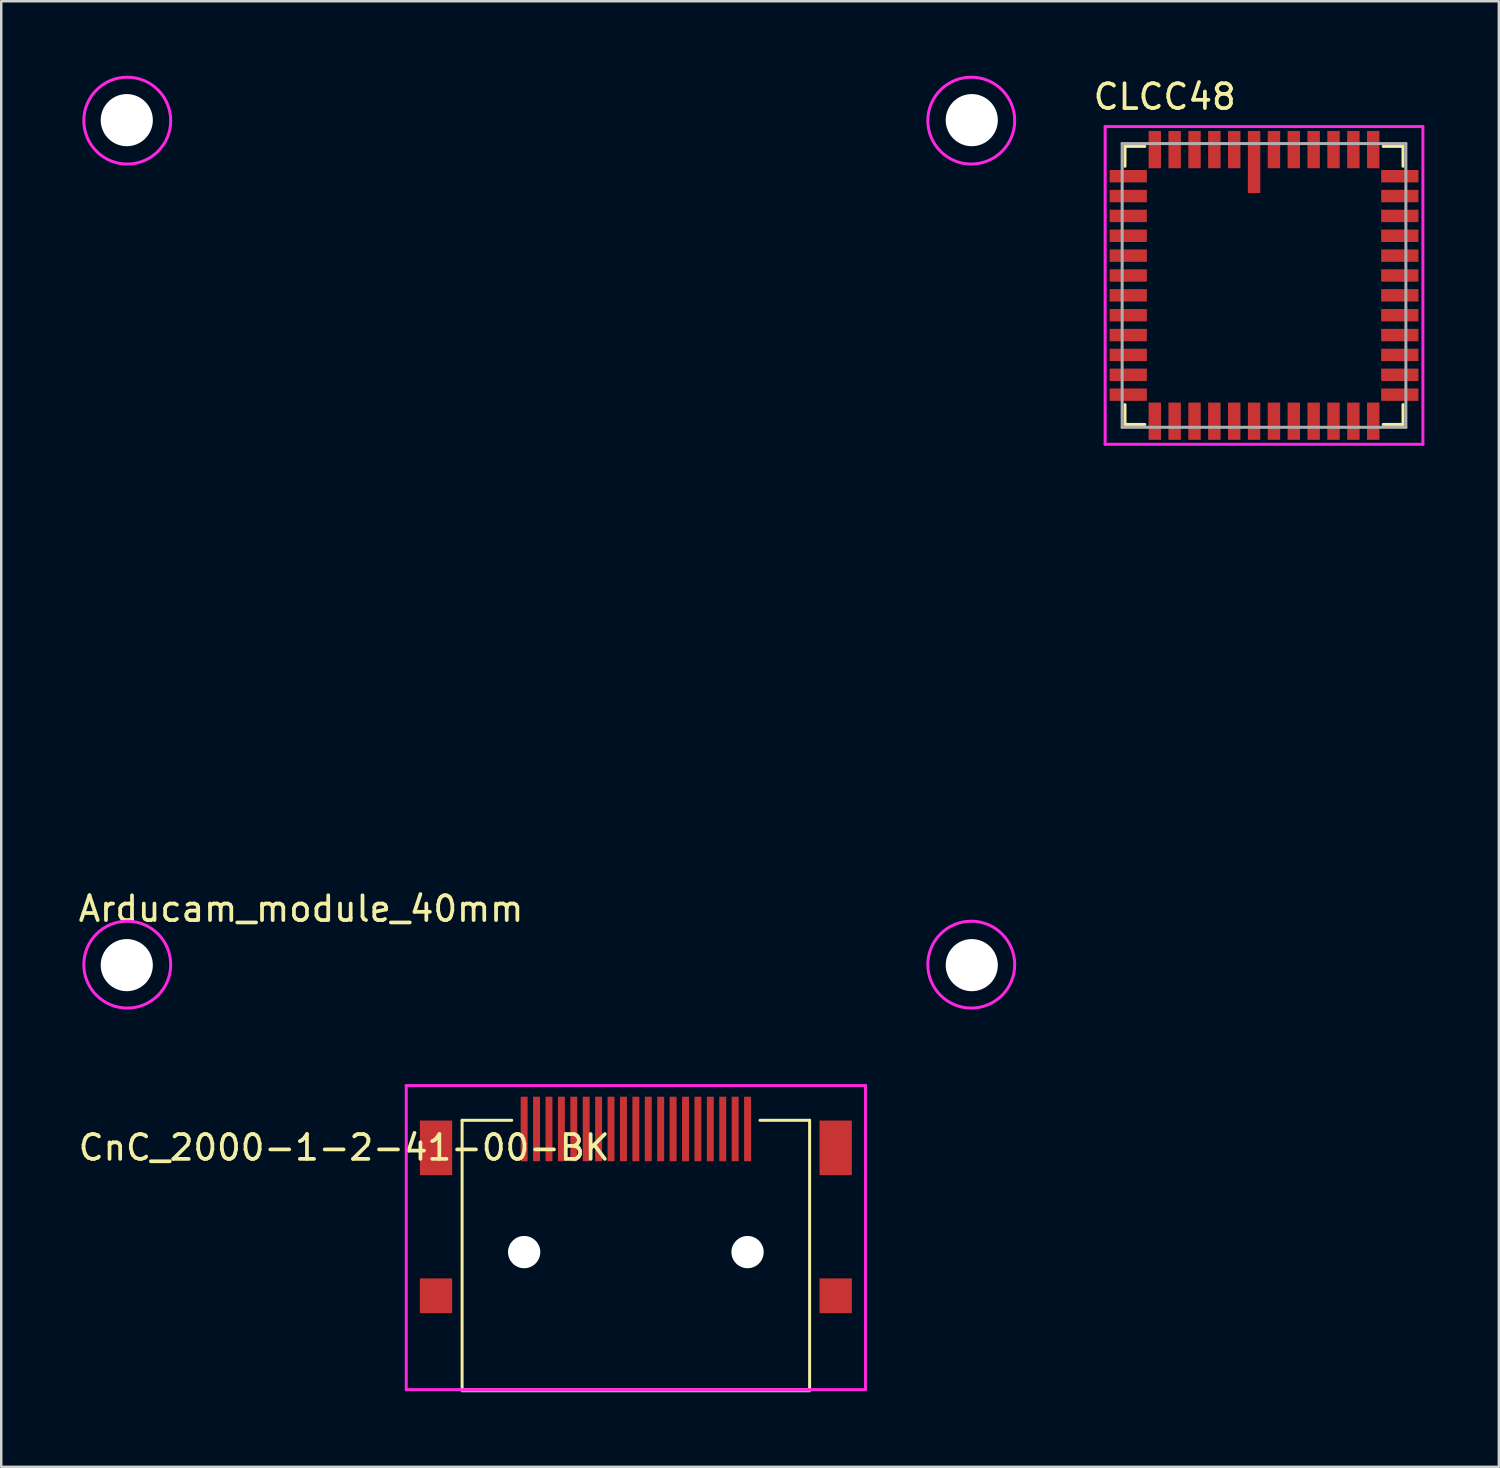
<source format=kicad_pcb>
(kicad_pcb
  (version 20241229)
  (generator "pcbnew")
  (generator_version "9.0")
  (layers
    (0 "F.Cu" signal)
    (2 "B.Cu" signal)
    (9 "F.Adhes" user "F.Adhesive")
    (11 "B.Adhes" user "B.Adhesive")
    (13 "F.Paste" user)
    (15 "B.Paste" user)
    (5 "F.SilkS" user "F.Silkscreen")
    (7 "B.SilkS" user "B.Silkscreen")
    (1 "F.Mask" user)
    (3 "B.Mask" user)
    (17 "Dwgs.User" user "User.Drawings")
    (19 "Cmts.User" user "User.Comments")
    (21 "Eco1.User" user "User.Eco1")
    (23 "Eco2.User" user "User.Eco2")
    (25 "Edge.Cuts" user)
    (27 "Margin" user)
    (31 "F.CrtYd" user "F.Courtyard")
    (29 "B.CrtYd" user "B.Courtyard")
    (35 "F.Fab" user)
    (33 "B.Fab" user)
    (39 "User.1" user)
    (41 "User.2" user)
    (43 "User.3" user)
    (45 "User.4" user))
  (footprint "Arducam_module_40mm"
    (layer "F.Cu")
    (at 19.077 18.81)
    (property "Reference" "Arducam_module_40mm" (at -10 14.75 0) (layer "F.SilkS") (effects (font (size 1 1) (thickness 0.15))))
    (attr through_hole)
    (fp_circle (center -17 -17) (end -15.25 -17) (stroke (width 0.12) (type solid)) (fill no) (layer "F.CrtYd"))
    (fp_circle (center -17 17) (end -15.25 17) (stroke (width 0.12) (type solid)) (fill no) (layer "F.CrtYd"))
    (fp_circle (center 17 -17) (end 18.75 -17) (stroke (width 0.12) (type solid)) (fill no) (layer "F.CrtYd"))
    (fp_circle (center 17 17) (end 18.75 17) (stroke (width 0.12) (type solid)) (fill no) (layer "F.CrtYd"))
    (pad "" np_thru_hole circle (at -17.02 -17.02) (size 2.1 2.1) (drill 2.1) (layers "*.Cu" "*.Mask"))
    (pad "" np_thru_hole circle (at -17.02 17.02) (size 2.1 2.1) (drill 2.1) (layers "*.Cu" "*.Mask"))
    (pad "" np_thru_hole circle (at 17.02 -17.02) (size 2.1 2.1) (drill 2.1) (layers "*.Cu" "*.Mask"))
    (pad "" np_thru_hole circle (at 17.02 17.02) (size 2.1 2.1) (drill 2.1) (layers "*.Cu" "*.Mask")))
  (footprint "CLCC48"
    (layer "F.Cu")
    (at 47.87 8.448)
    (property "Reference" "CLCC48" (at -4 -7.6 0) (layer "F.SilkS") (effects (font (size 1 1) (thickness 0.15))))
    (attr smd)
    (fp_line (start -5.6 -5.6) (end -5.6 -4.8) (stroke (width 0.12) (type solid)) (layer "F.SilkS"))
    (fp_line (start -5.6 -5.6) (end -4.8 -5.6) (stroke (width 0.12) (type solid)) (layer "F.SilkS"))
    (fp_line (start -5.6 5.6) (end -5.6 4.8) (stroke (width 0.12) (type solid)) (layer "F.SilkS"))
    (fp_line (start -4.8 5.6) (end -5.6 5.6) (stroke (width 0.12) (type solid)) (layer "F.SilkS"))
    (fp_line (start 4.8 -5.6) (end 5.6 -5.6) (stroke (width 0.12) (type solid)) (layer "F.SilkS"))
    (fp_line (start 5.6 -5.6) (end 5.6 -4.8) (stroke (width 0.12) (type solid)) (layer "F.SilkS"))
    (fp_line (start 5.6 4.8) (end 5.6 5.6) (stroke (width 0.12) (type solid)) (layer "F.SilkS"))
    (fp_line (start 5.6 5.6) (end 4.8 5.6) (stroke (width 0.12) (type solid)) (layer "F.SilkS"))
    (fp_line (start -6.4 -6.4) (end 6.4 -6.4) (stroke (width 0.12) (type solid)) (layer "F.CrtYd"))
    (fp_line (start -6.4 6.4) (end -6.4 -6.4) (stroke (width 0.12) (type solid)) (layer "F.CrtYd"))
    (fp_line (start 6.4 -6.4) (end 6.4 6.4) (stroke (width 0.12) (type solid)) (layer "F.CrtYd"))
    (fp_line (start 6.4 6.4) (end -6.4 6.4) (stroke (width 0.12) (type solid)) (layer "F.CrtYd"))
    (fp_line (start -5.715 5.715) (end -5.715 -5.715) (stroke (width 0.12) (type solid)) (layer "F.Fab"))
    (fp_line (start -5.715 5.715) (end 5.715 5.715) (stroke (width 0.12) (type solid)) (layer "F.Fab"))
    (fp_line (start 5.715 -5.715) (end -5.715 -5.715) (stroke (width 0.12) (type solid)) (layer "F.Fab"))
    (fp_line (start 5.715 -5.715) (end 5.715 5.715) (stroke (width 0.12) (type solid)) (layer "F.Fab"))
    (pad "1" smd rect (at -0.4 -4.97) (size 0.5 2.5) (layers "F.Cu" "F.Mask" "F.Paste"))
    (pad "2" smd rect (at -1.2 -5.47) (size 0.5 1.5) (layers "F.Cu" "F.Mask" "F.Paste"))
    (pad "3" smd rect (at -2 -5.47) (size 0.5 1.5) (layers "F.Cu" "F.Mask" "F.Paste"))
    (pad "4" smd rect (at -2.8 -5.47) (size 0.5 1.5) (layers "F.Cu" "F.Mask" "F.Paste"))
    (pad "5" smd rect (at -3.6 -5.47) (size 0.5 1.5) (layers "F.Cu" "F.Mask" "F.Paste"))
    (pad "6" smd rect (at -4.4 -5.47) (size 0.5 1.5) (layers "F.Cu" "F.Mask" "F.Paste"))
    (pad "7" smd rect (at -5.47 -4.4 90) (size 0.5 1.5) (layers "F.Cu" "F.Mask" "F.Paste"))
    (pad "8" smd rect (at -5.47 -3.6 90) (size 0.5 1.5) (layers "F.Cu" "F.Mask" "F.Paste"))
    (pad "9" smd rect (at -5.47 -2.8 90) (size 0.5 1.5) (layers "F.Cu" "F.Mask" "F.Paste"))
    (pad "10" smd rect (at -5.47 -2 90) (size 0.5 1.5) (layers "F.Cu" "F.Mask" "F.Paste"))
    (pad "11" smd rect (at -5.47 -1.2 90) (size 0.5 1.5) (layers "F.Cu" "F.Mask" "F.Paste"))
    (pad "12" smd rect (at -5.47 -0.4 90) (size 0.5 1.5) (layers "F.Cu" "F.Mask" "F.Paste"))
    (pad "13" smd rect (at -5.47 0.4 90) (size 0.5 1.5) (layers "F.Cu" "F.Mask" "F.Paste"))
    (pad "14" smd rect (at -5.47 1.2 90) (size 0.5 1.5) (layers "F.Cu" "F.Mask" "F.Paste"))
    (pad "15" smd rect (at -5.47 2 90) (size 0.5 1.5) (layers "F.Cu" "F.Mask" "F.Paste"))
    (pad "16" smd rect (at -5.47 2.8 90) (size 0.5 1.5) (layers "F.Cu" "F.Mask" "F.Paste"))
    (pad "17" smd rect (at -5.47 3.6 90) (size 0.5 1.5) (layers "F.Cu" "F.Mask" "F.Paste"))
    (pad "18" smd rect (at -5.47 4.4 90) (size 0.5 1.5) (layers "F.Cu" "F.Mask" "F.Paste"))
    (pad "19" smd rect (at -4.4 5.47) (size 0.5 1.5) (layers "F.Cu" "F.Mask" "F.Paste"))
    (pad "20" smd rect (at -3.6 5.47) (size 0.5 1.5) (layers "F.Cu" "F.Mask" "F.Paste"))
    (pad "21" smd rect (at -2.8 5.47) (size 0.5 1.5) (layers "F.Cu" "F.Mask" "F.Paste"))
    (pad "22" smd rect (at -2 5.47) (size 0.5 1.5) (layers "F.Cu" "F.Mask" "F.Paste"))
    (pad "23" smd rect (at -1.2 5.47) (size 0.5 1.5) (layers "F.Cu" "F.Mask" "F.Paste"))
    (pad "24" smd rect (at -0.4 5.47) (size 0.5 1.5) (layers "F.Cu" "F.Mask" "F.Paste"))
    (pad "25" smd rect (at 0.4 5.47) (size 0.5 1.5) (layers "F.Cu" "F.Mask" "F.Paste"))
    (pad "26" smd rect (at 1.2 5.47) (size 0.5 1.5) (layers "F.Cu" "F.Mask" "F.Paste"))
    (pad "27" smd rect (at 2 5.47) (size 0.5 1.5) (layers "F.Cu" "F.Mask" "F.Paste"))
    (pad "28" smd rect (at 2.8 5.47) (size 0.5 1.5) (layers "F.Cu" "F.Mask" "F.Paste"))
    (pad "29" smd rect (at 3.6 5.47) (size 0.5 1.5) (layers "F.Cu" "F.Mask" "F.Paste"))
    (pad "30" smd rect (at 4.4 5.47) (size 0.5 1.5) (layers "F.Cu" "F.Mask" "F.Paste"))
    (pad "31" smd rect (at 5.47 4.4 90) (size 0.5 1.5) (layers "F.Cu" "F.Mask" "F.Paste"))
    (pad "32" smd rect (at 5.47 3.6 90) (size 0.5 1.5) (layers "F.Cu" "F.Mask" "F.Paste"))
    (pad "33" smd rect (at 5.47 2.8 90) (size 0.5 1.5) (layers "F.Cu" "F.Mask" "F.Paste"))
    (pad "34" smd rect (at 5.47 2 90) (size 0.5 1.5) (layers "F.Cu" "F.Mask" "F.Paste"))
    (pad "35" smd rect (at 5.47 1.2 90) (size 0.5 1.5) (layers "F.Cu" "F.Mask" "F.Paste"))
    (pad "36" smd rect (at 5.47 0.4 90) (size 0.5 1.5) (layers "F.Cu" "F.Mask" "F.Paste"))
    (pad "37" smd rect (at 5.47 -0.4 90) (size 0.5 1.5) (layers "F.Cu" "F.Mask" "F.Paste"))
    (pad "38" smd rect (at 5.47 -1.2 90) (size 0.5 1.5) (layers "F.Cu" "F.Mask" "F.Paste"))
    (pad "39" smd rect (at 5.47 -2 90) (size 0.5 1.5) (layers "F.Cu" "F.Mask" "F.Paste"))
    (pad "40" smd rect (at 5.47 -2.8 90) (size 0.5 1.5) (layers "F.Cu" "F.Mask" "F.Paste"))
    (pad "41" smd rect (at 5.47 -3.6 90) (size 0.5 1.5) (layers "F.Cu" "F.Mask" "F.Paste"))
    (pad "42" smd rect (at 5.47 -4.4 90) (size 0.5 1.5) (layers "F.Cu" "F.Mask" "F.Paste"))
    (pad "43" smd rect (at 4.4 -5.47) (size 0.5 1.5) (layers "F.Cu" "F.Mask" "F.Paste"))
    (pad "44" smd rect (at 3.6 -5.47) (size 0.5 1.5) (layers "F.Cu" "F.Mask" "F.Paste"))
    (pad "45" smd rect (at 2.8 -5.47) (size 0.5 1.5) (layers "F.Cu" "F.Mask" "F.Paste"))
    (pad "46" smd rect (at 2 -5.47) (size 0.5 1.5) (layers "F.Cu" "F.Mask" "F.Paste"))
    (pad "47" smd rect (at 1.2 -5.47) (size 0.5 1.5) (layers "F.Cu" "F.Mask" "F.Paste"))
    (pad "48" smd rect (at 0.4 -5.47) (size 0.5 1.5) (layers "F.Cu" "F.Mask" "F.Paste")))
  (footprint "CnC_2000-1-2-41-00-BK"
    (layer "F.Cu")
    (at 22.565 42.43)
    (property "Reference" "CnC_2000-1-2-41-00-BK" (at -11.75 0.75 0) (layer "F.SilkS") (effects (font (size 1 1) (thickness 0.15))))
    (attr through_hole)
    (fp_line (start -7 -0.35) (end -7 10.5) (stroke (width 0.12) (type solid)) (layer "F.SilkS"))
    (fp_line (start -7 -0.35) (end -5 -0.35) (stroke (width 0.12) (type solid)) (layer "F.SilkS"))
    (fp_line (start 5 -0.35) (end 7 -0.35) (stroke (width 0.12) (type solid)) (layer "F.SilkS"))
    (fp_line (start 7 -0.35) (end 7 10.5) (stroke (width 0.12) (type solid)) (layer "F.SilkS"))
    (fp_line (start 7 10.5) (end -7 10.5) (stroke (width 0.12) (type solid)) (layer "F.SilkS"))
    (fp_line (start -9.25 -1.75) (end 9.25 -1.75) (stroke (width 0.12) (type solid)) (layer "F.CrtYd"))
    (fp_line (start -9.25 10.5) (end -9.25 -1.75) (stroke (width 0.12) (type solid)) (layer "F.CrtYd"))
    (fp_line (start 9.25 -1.75) (end 9.25 10.5) (stroke (width 0.12) (type solid)) (layer "F.CrtYd"))
    (fp_line (start 9.25 10.5) (end -9.25 10.5) (stroke (width 0.12) (type solid)) (layer "F.CrtYd"))
    (fp_line (start -7 10.55) (end 7 10.55) (stroke (width 0.12) (type solid)) (layer "F.Fab"))
    (pad "" np_thru_hole circle (at -4.5 4.96) (size 1.3 1.3) (drill 1.3) (layers "*.Cu" "*.Mask"))
    (pad "" np_thru_hole circle (at 4.5 4.96) (size 1.3 1.3) (drill 1.3) (layers "*.Cu" "*.Mask"))
    (pad "1" smd rect (at 4.5 0) (size 0.28 2.6) (layers "F.Cu" "F.Mask" "F.Paste"))
    (pad "2" smd rect (at 4 0) (size 0.28 2.6) (layers "F.Cu" "F.Mask" "F.Paste"))
    (pad "3" smd rect (at 3.5 0) (size 0.28 2.6) (layers "F.Cu" "F.Mask" "F.Paste"))
    (pad "4" smd rect (at 3 0) (size 0.28 2.6) (layers "F.Cu" "F.Mask" "F.Paste"))
    (pad "5" smd rect (at 2.5 0) (size 0.28 2.6) (layers "F.Cu" "F.Mask" "F.Paste"))
    (pad "6" smd rect (at 2 0) (size 0.28 2.6) (layers "F.Cu" "F.Mask" "F.Paste"))
    (pad "7" smd rect (at 1.5 0) (size 0.28 2.6) (layers "F.Cu" "F.Mask" "F.Paste"))
    (pad "8" smd rect (at 1 0) (size 0.28 2.6) (layers "F.Cu" "F.Mask" "F.Paste"))
    (pad "9" smd rect (at 0.5 0) (size 0.28 2.6) (layers "F.Cu" "F.Mask" "F.Paste"))
    (pad "10" smd rect (at 0 0) (size 0.28 2.6) (layers "F.Cu" "F.Mask" "F.Paste"))
    (pad "11" smd rect (at -0.5 0) (size 0.28 2.6) (layers "F.Cu" "F.Mask" "F.Paste"))
    (pad "12" smd rect (at -1 0) (size 0.28 2.6) (layers "F.Cu" "F.Mask" "F.Paste"))
    (pad "13" smd rect (at -1.5 0) (size 0.28 2.6) (layers "F.Cu" "F.Mask" "F.Paste"))
    (pad "14" smd rect (at -2 0) (size 0.28 2.6) (layers "F.Cu" "F.Mask" "F.Paste"))
    (pad "15" smd rect (at -2.5 0) (size 0.28 2.6) (layers "F.Cu" "F.Mask" "F.Paste"))
    (pad "16" smd rect (at -3 0) (size 0.28 2.6) (layers "F.Cu" "F.Mask" "F.Paste"))
    (pad "17" smd rect (at -3.5 0) (size 0.28 2.6) (layers "F.Cu" "F.Mask" "F.Paste"))
    (pad "18" smd rect (at -4 0) (size 0.28 2.6) (layers "F.Cu" "F.Mask" "F.Paste"))
    (pad "19" smd rect (at -4.5 0) (size 0.28 2.6) (layers "F.Cu" "F.Mask" "F.Paste"))
    (pad "SH" smd rect (at -8.05 0.76) (size 1.3 2.2) (layers "F.Cu" "F.Mask" "F.Paste"))
    (pad "SH" smd rect (at -8.05 6.72) (size 1.3 1.4) (layers "F.Cu" "F.Mask" "F.Paste"))
    (pad "SH" smd rect (at 8.05 0.76) (size 1.3 2.2) (layers "F.Cu" "F.Mask" "F.Paste"))
    (pad "SH" smd rect (at 8.05 6.72) (size 1.3 1.4) (layers "F.Cu" "F.Mask" "F.Paste")))
  (gr_rect
    (start -3 -3)
    (end 57.33 56.04)
    (stroke (width 0.1) (type default))
    (fill no)
    (layer "Edge.Cuts")))
</source>
